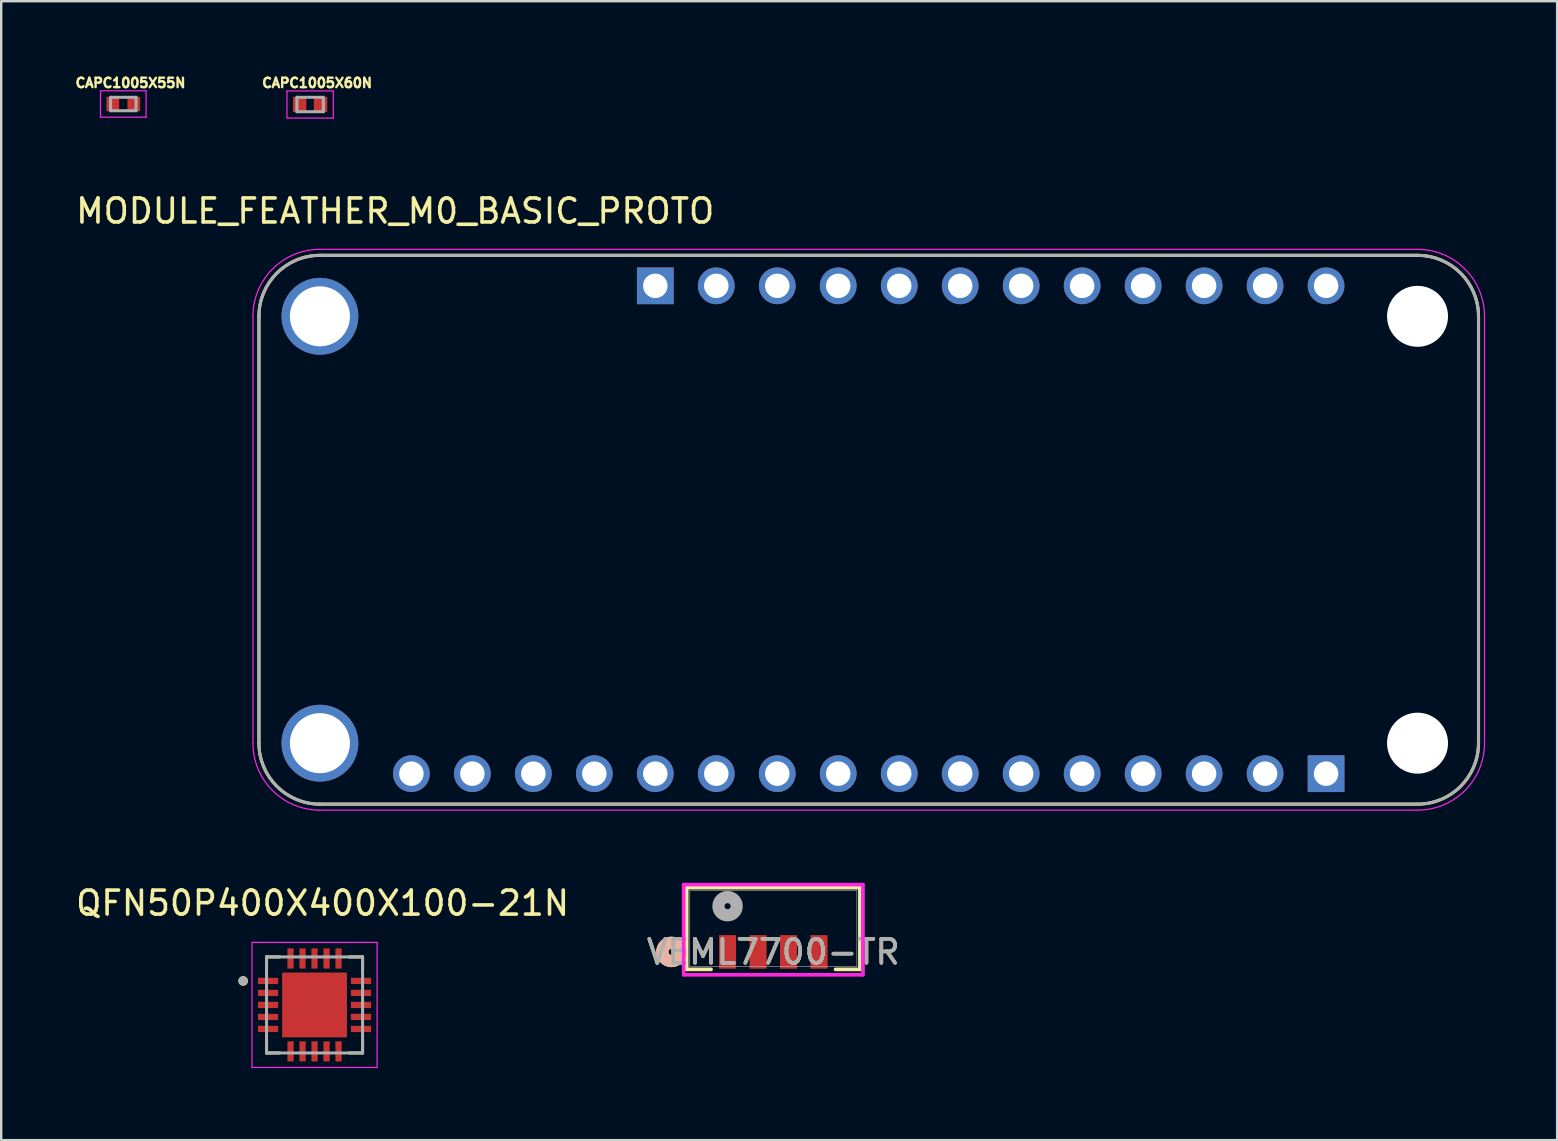
<source format=kicad_pcb>
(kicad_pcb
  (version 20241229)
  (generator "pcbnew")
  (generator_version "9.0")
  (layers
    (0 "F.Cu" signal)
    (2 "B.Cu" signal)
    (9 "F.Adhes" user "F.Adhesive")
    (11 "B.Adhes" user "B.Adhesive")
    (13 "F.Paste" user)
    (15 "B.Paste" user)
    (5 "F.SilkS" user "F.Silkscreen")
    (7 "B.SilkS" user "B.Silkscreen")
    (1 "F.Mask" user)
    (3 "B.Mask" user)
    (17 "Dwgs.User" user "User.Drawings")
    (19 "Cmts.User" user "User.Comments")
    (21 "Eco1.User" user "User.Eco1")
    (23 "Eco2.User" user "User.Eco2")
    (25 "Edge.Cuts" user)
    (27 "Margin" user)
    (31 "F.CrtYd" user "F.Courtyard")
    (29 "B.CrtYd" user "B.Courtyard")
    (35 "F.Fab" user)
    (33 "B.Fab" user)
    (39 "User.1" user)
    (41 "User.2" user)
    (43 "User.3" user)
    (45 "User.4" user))
  (footprint "QFN50P400X400X100-21N"
    (layer "F.Cu")
    (at 10.052 38.81)
    (property "Reference" "QFN50P400X400X100-21N" (at 0.335 -4.24 0) (layer "F.SilkS") (effects (font (size 1 1) (thickness 0.15))))
    (attr smd)
    (fp_line (start -2 -2) (end -2 -1.45) (stroke (width 0.127) (type solid)) (layer "F.SilkS"))
    (fp_line (start -2 -2) (end -1.45 -2) (stroke (width 0.127) (type solid)) (layer "F.SilkS"))
    (fp_line (start -2 2) (end -2 1.45) (stroke (width 0.127) (type solid)) (layer "F.SilkS"))
    (fp_line (start -2 2) (end -1.45 2) (stroke (width 0.127) (type solid)) (layer "F.SilkS"))
    (fp_line (start 2 -2) (end 1.45 -2) (stroke (width 0.127) (type solid)) (layer "F.SilkS"))
    (fp_line (start 2 -2) (end 2 -1.45) (stroke (width 0.127) (type solid)) (layer "F.SilkS"))
    (fp_line (start 2 2) (end 1.45 2) (stroke (width 0.127) (type solid)) (layer "F.SilkS"))
    (fp_line (start 2 2) (end 2 1.45) (stroke (width 0.127) (type solid)) (layer "F.SilkS"))
    (fp_circle (center -2.975 -1) (end -2.875 -1) (stroke (width 0.2) (type solid)) (fill no) (layer "F.SilkS"))
    (fp_poly (pts (xy -0.85 -0.85) (xy 0.85 -0.85) (xy 0.85 0.85) (xy -0.85 0.85)) (stroke (width 0.01) (type solid)) (fill yes) (layer "F.Paste"))
    (fp_line (start -2.605 -2.605) (end 2.605 -2.605) (stroke (width 0.05) (type solid)) (layer "F.CrtYd"))
    (fp_line (start -2.605 2.605) (end -2.605 -2.605) (stroke (width 0.05) (type solid)) (layer "F.CrtYd"))
    (fp_line (start -2.605 2.605) (end 2.605 2.605) (stroke (width 0.05) (type solid)) (layer "F.CrtYd"))
    (fp_line (start 2.605 2.605) (end 2.605 -2.605) (stroke (width 0.05) (type solid)) (layer "F.CrtYd"))
    (fp_line (start -2 2) (end -2 -2) (stroke (width 0.127) (type solid)) (layer "F.Fab"))
    (fp_line (start 2 -2) (end -2 -2) (stroke (width 0.127) (type solid)) (layer "F.Fab"))
    (fp_line (start 2 2) (end -2 2) (stroke (width 0.127) (type solid)) (layer "F.Fab"))
    (fp_line (start 2 2) (end 2 -2) (stroke (width 0.127) (type solid)) (layer "F.Fab"))
    (fp_circle (center -2.975 -1) (end -2.875 -1) (stroke (width 0.2) (type solid)) (fill no) (layer "F.Fab"))
    (pad "1" smd roundrect (at -1.935 -1) (size 0.84 0.26) (layers "F.Cu" "F.Mask" "F.Paste") (roundrect_rratio 0.03))
    (pad "2" smd roundrect (at -1.935 -0.5) (size 0.84 0.26) (layers "F.Cu" "F.Mask" "F.Paste") (roundrect_rratio 0.03))
    (pad "3" smd roundrect (at -1.935 0) (size 0.84 0.26) (layers "F.Cu" "F.Mask" "F.Paste") (roundrect_rratio 0.03))
    (pad "4" smd roundrect (at -1.935 0.5) (size 0.84 0.26) (layers "F.Cu" "F.Mask" "F.Paste") (roundrect_rratio 0.03))
    (pad "5" smd roundrect (at -1.935 1) (size 0.84 0.26) (layers "F.Cu" "F.Mask" "F.Paste") (roundrect_rratio 0.03))
    (pad "6" smd roundrect (at -1 1.935 90) (size 0.84 0.26) (layers "F.Cu" "F.Mask" "F.Paste") (roundrect_rratio 0.03))
    (pad "7" smd roundrect (at -0.5 1.935 90) (size 0.84 0.26) (layers "F.Cu" "F.Mask" "F.Paste") (roundrect_rratio 0.03))
    (pad "8" smd roundrect (at 0 1.935 90) (size 0.84 0.26) (layers "F.Cu" "F.Mask" "F.Paste") (roundrect_rratio 0.03))
    (pad "9" smd roundrect (at 0.5 1.935 90) (size 0.84 0.26) (layers "F.Cu" "F.Mask" "F.Paste") (roundrect_rratio 0.03))
    (pad "10" smd roundrect (at 1 1.935 90) (size 0.84 0.26) (layers "F.Cu" "F.Mask" "F.Paste") (roundrect_rratio 0.03))
    (pad "11" smd roundrect (at 1.935 1) (size 0.84 0.26) (layers "F.Cu" "F.Mask" "F.Paste") (roundrect_rratio 0.03))
    (pad "12" smd roundrect (at 1.935 0.5) (size 0.84 0.26) (layers "F.Cu" "F.Mask" "F.Paste") (roundrect_rratio 0.03))
    (pad "13" smd roundrect (at 1.935 0) (size 0.84 0.26) (layers "F.Cu" "F.Mask" "F.Paste") (roundrect_rratio 0.03))
    (pad "14" smd roundrect (at 1.935 -0.5) (size 0.84 0.26) (layers "F.Cu" "F.Mask" "F.Paste") (roundrect_rratio 0.03))
    (pad "15" smd roundrect (at 1.935 -1) (size 0.84 0.26) (layers "F.Cu" "F.Mask" "F.Paste") (roundrect_rratio 0.03))
    (pad "16" smd roundrect (at 1 -1.935 90) (size 0.84 0.26) (layers "F.Cu" "F.Mask" "F.Paste") (roundrect_rratio 0.03))
    (pad "17" smd roundrect (at 0.5 -1.935 90) (size 0.84 0.26) (layers "F.Cu" "F.Mask" "F.Paste") (roundrect_rratio 0.03))
    (pad "18" smd roundrect (at 0 -1.935 90) (size 0.84 0.26) (layers "F.Cu" "F.Mask" "F.Paste") (roundrect_rratio 0.03))
    (pad "19" smd roundrect (at -0.5 -1.935 90) (size 0.84 0.26) (layers "F.Cu" "F.Mask" "F.Paste") (roundrect_rratio 0.03))
    (pad "20" smd roundrect (at -1 -1.935 90) (size 0.84 0.26) (layers "F.Cu" "F.Mask" "F.Paste") (roundrect_rratio 0.03))
    (pad "21" smd rect (at 0 0) (size 2.7 2.7) (layers "F.Cu" "F.Mask")))
  (footprint "CAPC1005X60N"
    (layer "F.Cu")
    (at 9.868 1.303)
    (property "Reference" "CAPC1005X60N" (at 0.29 -0.9 0) (layer "F.SilkS") (effects (font (size 0.394 0.394) (thickness 0.15))))
    (attr smd)
    (fp_line (start -0.965 -0.565) (end 0.965 -0.565) (stroke (width 0.05) (type solid)) (layer "F.CrtYd"))
    (fp_line (start -0.965 0.565) (end -0.965 -0.565) (stroke (width 0.05) (type solid)) (layer "F.CrtYd"))
    (fp_line (start -0.965 0.565) (end 0.965 0.565) (stroke (width 0.05) (type solid)) (layer "F.CrtYd"))
    (fp_line (start 0.965 0.565) (end 0.965 -0.565) (stroke (width 0.05) (type solid)) (layer "F.CrtYd"))
    (fp_line (start -0.55 0.3) (end -0.55 -0.3) (stroke (width 0.127) (type solid)) (layer "F.Fab"))
    (fp_line (start 0.55 -0.3) (end -0.55 -0.3) (stroke (width 0.127) (type solid)) (layer "F.Fab"))
    (fp_line (start 0.55 0.3) (end -0.55 0.3) (stroke (width 0.127) (type solid)) (layer "F.Fab"))
    (fp_line (start 0.55 0.3) (end 0.55 -0.3) (stroke (width 0.127) (type solid)) (layer "F.Fab"))
    (pad "1" smd rect (at -0.435 0) (size 0.56 0.63) (layers "F.Cu" "F.Mask" "F.Paste"))
    (pad "2" smd rect (at 0.435 0) (size 0.56 0.63) (layers "F.Cu" "F.Mask" "F.Paste")))
  (footprint "CAPC1005X55N"
    (layer "F.Cu")
    (at 2.086 1.283)
    (property "Reference" "CAPC1005X55N" (at 0.3 -0.88 0) (layer "F.SilkS") (effects (font (size 0.394 0.394) (thickness 0.15))))
    (attr smd)
    (fp_line (start -0.95 -0.55) (end 0.95 -0.55) (stroke (width 0.05) (type solid)) (layer "F.CrtYd"))
    (fp_line (start -0.95 0.55) (end -0.95 -0.55) (stroke (width 0.05) (type solid)) (layer "F.CrtYd"))
    (fp_line (start -0.95 0.55) (end 0.95 0.55) (stroke (width 0.05) (type solid)) (layer "F.CrtYd"))
    (fp_line (start 0.95 0.55) (end 0.95 -0.55) (stroke (width 0.05) (type solid)) (layer "F.CrtYd"))
    (fp_line (start -0.53 0.28) (end -0.53 -0.28) (stroke (width 0.127) (type solid)) (layer "F.Fab"))
    (fp_line (start 0.53 -0.28) (end -0.53 -0.28) (stroke (width 0.127) (type solid)) (layer "F.Fab"))
    (fp_line (start 0.53 0.28) (end -0.53 0.28) (stroke (width 0.127) (type solid)) (layer "F.Fab"))
    (fp_line (start 0.53 0.28) (end 0.53 -0.28) (stroke (width 0.127) (type solid)) (layer "F.Fab"))
    (pad "1" smd rect (at -0.437 0) (size 0.53 0.6) (layers "F.Cu" "F.Mask" "F.Paste"))
    (pad "2" smd rect (at 0.437 0) (size 0.53 0.6) (layers "F.Cu" "F.Mask" "F.Paste")))
  (footprint "VEML7700-TR"
    (layer "F.Cu")
    (at 29.161 35.626)
    (property "Reference" "VEML7700-TR" (at 0 0.975 0) (unlocked yes) (layer "F.SilkS") (effects (font (size 1 1) (thickness 0.15))))
    (attr smd)
    (fp_line (start -3.607 -1.702) (end -3.607 1.702) (stroke (width 0.152) (type solid)) (layer "F.SilkS"))
    (fp_line (start -3.607 1.702) (end -2.592 1.702) (stroke (width 0.152) (type solid)) (layer "F.SilkS"))
    (fp_line (start 2.592 1.702) (end 3.607 1.702) (stroke (width 0.152) (type solid)) (layer "F.SilkS"))
    (fp_line (start 3.607 -1.702) (end -3.607 -1.702) (stroke (width 0.152) (type solid)) (layer "F.SilkS"))
    (fp_line (start 3.607 1.702) (end 3.607 -1.702) (stroke (width 0.152) (type solid)) (layer "F.SilkS"))
    (fp_circle (center -4.242 0.975) (end -3.861 0.975) (stroke (width 0.508) (type solid)) (fill no) (layer "F.SilkS"))
    (fp_circle (center -4.242 0.975) (end -3.861 0.975) (stroke (width 0.508) (type solid)) (fill no) (layer "B.SilkS"))
    (fp_line (start -3.734 -1.829) (end -3.734 1.928) (stroke (width 0.152) (type solid)) (layer "F.CrtYd"))
    (fp_line (start -3.734 1.928) (end 3.734 1.928) (stroke (width 0.152) (type solid)) (layer "F.CrtYd"))
    (fp_line (start 3.734 -1.829) (end -3.734 -1.829) (stroke (width 0.152) (type solid)) (layer "F.CrtYd"))
    (fp_line (start 3.734 1.928) (end 3.734 -1.829) (stroke (width 0.152) (type solid)) (layer "F.CrtYd"))
    (fp_line (start -3.48 -1.575) (end -3.48 1.575) (stroke (width 0.025) (type solid)) (layer "F.Fab"))
    (fp_line (start -3.48 1.575) (end 3.48 1.575) (stroke (width 0.025) (type solid)) (layer "F.Fab"))
    (fp_line (start 3.48 -1.575) (end -3.48 -1.575) (stroke (width 0.025) (type solid)) (layer "F.Fab"))
    (fp_line (start 3.48 1.575) (end 3.48 -1.575) (stroke (width 0.025) (type solid)) (layer "F.Fab"))
    (fp_circle (center -1.905 -0.93) (end -1.524 -0.93) (stroke (width 0.508) (type solid)) (fill no) (layer "F.Fab"))
    (fp_text user "${REFERENCE}" (at 0 0.975 0) (unlocked yes) (layer "F.Fab") (effects (font (size 1 1) (thickness 0.15))))
    (pad "1" smd rect (at -1.905 0.975) (size 0.711 1.397) (layers "F.Cu" "F.Mask" "F.Paste"))
    (pad "2" smd rect (at -0.635 0.975) (size 0.711 1.397) (layers "F.Cu" "F.Mask" "F.Paste"))
    (pad "3" smd rect (at 0.635 0.975) (size 0.711 1.397) (layers "F.Cu" "F.Mask" "F.Paste"))
    (pad "4" smd rect (at 1.905 0.975) (size 0.711 1.397) (layers "F.Cu" "F.Mask" "F.Paste")))
  (footprint "MODULE_FEATHER_M0_BASIC_PROTO"
    (layer "F.Cu")
    (at 33.136 19.016)
    (property "Reference" "MODULE_FEATHER_M0_BASIC_PROTO" (at -19.725 -13.275 0) (layer "F.SilkS") (effects (font (size 1 1) (thickness 0.15))))
    (attr through_hole)
    (fp_line (start -25.4 8.89) (end -25.4 -8.89) (stroke (width 0.127) (type solid)) (layer "F.SilkS"))
    (fp_line (start -22.86 -11.43) (end 22.86 -11.43) (stroke (width 0.127) (type solid)) (layer "F.SilkS"))
    (fp_line (start 22.86 11.43) (end -22.86 11.43) (stroke (width 0.127) (type solid)) (layer "F.SilkS"))
    (fp_line (start 25.4 -8.89) (end 25.4 8.89) (stroke (width 0.127) (type solid)) (layer "F.SilkS"))
    (fp_arc (start -25.4 -8.89) (mid -24.656051 -10.686051) (end -22.86 -11.43) (stroke (width 0.127) (type solid)) (layer "F.SilkS"))
    (fp_arc (start -22.86 11.43) (mid -24.656051 10.686051) (end -25.4 8.89) (stroke (width 0.127) (type solid)) (layer "F.SilkS"))
    (fp_arc (start 22.86 -11.43) (mid 24.656051 -10.686051) (end 25.4 -8.89) (stroke (width 0.127) (type solid)) (layer "F.SilkS"))
    (fp_arc (start 25.4 8.89) (mid 24.656051 10.686051) (end 22.86 11.43) (stroke (width 0.127) (type solid)) (layer "F.SilkS"))
    (fp_line (start -25.65 -8.89) (end -25.65 8.89) (stroke (width 0.05) (type solid)) (layer "F.CrtYd"))
    (fp_line (start -22.86 11.68) (end 22.86 11.68) (stroke (width 0.05) (type solid)) (layer "F.CrtYd"))
    (fp_line (start 22.86 -11.68) (end -22.86 -11.68) (stroke (width 0.05) (type solid)) (layer "F.CrtYd"))
    (fp_line (start 25.65 8.89) (end 25.65 -8.89) (stroke (width 0.05) (type solid)) (layer "F.CrtYd"))
    (fp_arc (start -25.65 -8.89) (mid -24.832828 -10.862828) (end -22.86 -11.68) (stroke (width 0.05) (type solid)) (layer "F.CrtYd"))
    (fp_arc (start -22.86 11.68) (mid -24.832828 10.862828) (end -25.65 8.89) (stroke (width 0.05) (type solid)) (layer "F.CrtYd"))
    (fp_arc (start 22.86 -11.68) (mid 24.832828 -10.862828) (end 25.65 -8.89) (stroke (width 0.05) (type solid)) (layer "F.CrtYd"))
    (fp_arc (start 25.65 8.89) (mid 24.832828 10.862828) (end 22.86 11.68) (stroke (width 0.05) (type solid)) (layer "F.CrtYd"))
    (fp_line (start -25.4 8.89) (end -25.4 -8.89) (stroke (width 0.127) (type solid)) (layer "F.Fab"))
    (fp_line (start -22.86 -11.43) (end 22.86 -11.43) (stroke (width 0.127) (type solid)) (layer "F.Fab"))
    (fp_line (start 22.86 11.43) (end -22.86 11.43) (stroke (width 0.127) (type solid)) (layer "F.Fab"))
    (fp_line (start 25.4 -8.89) (end 25.4 8.89) (stroke (width 0.127) (type solid)) (layer "F.Fab"))
    (fp_arc (start -25.4 -8.89) (mid -24.656051 -10.686051) (end -22.86 -11.43) (stroke (width 0.127) (type solid)) (layer "F.Fab"))
    (fp_arc (start -22.86 11.43) (mid -24.656051 10.686051) (end -25.4 8.89) (stroke (width 0.127) (type solid)) (layer "F.Fab"))
    (fp_arc (start 22.86 -11.43) (mid 24.656051 -10.686051) (end 25.4 -8.89) (stroke (width 0.127) (type solid)) (layer "F.Fab"))
    (fp_arc (start 25.4 8.89) (mid 24.656051 10.686051) (end 22.86 11.43) (stroke (width 0.127) (type solid)) (layer "F.Fab"))
    (pad "" np_thru_hole circle (at 22.86 -8.89) (size 2.54 2.54) (drill 2.54) (layers "*.Cu" "*.Mask"))
    (pad "" np_thru_hole circle (at 22.86 8.89) (size 2.54 2.54) (drill 2.54) (layers "*.Cu" "*.Mask"))
    (pad "P$1" thru_hole circle (at -22.86 -8.89) (size 3.2 3.2) (drill 2.5) (layers "*.Cu" "*.Mask"))
    (pad "P$2" thru_hole circle (at -22.86 8.89) (size 3.2 3.2) (drill 2.5) (layers "*.Cu" "*.Mask"))
    (pad "P1_1" thru_hole rect (at 19.05 10.16) (size 1.53 1.53) (drill 1.02) (layers "*.Cu" "*.Mask"))
    (pad "P1_2" thru_hole circle (at 16.51 10.16) (size 1.53 1.53) (drill 1.02) (layers "*.Cu" "*.Mask"))
    (pad "P1_3" thru_hole circle (at 13.97 10.16) (size 1.53 1.53) (drill 1.02) (layers "*.Cu" "*.Mask"))
    (pad "P1_4" thru_hole circle (at 11.43 10.16) (size 1.53 1.53) (drill 1.02) (layers "*.Cu" "*.Mask"))
    (pad "P1_5" thru_hole circle (at 8.89 10.16) (size 1.53 1.53) (drill 1.02) (layers "*.Cu" "*.Mask"))
    (pad "P1_6" thru_hole circle (at 6.35 10.16) (size 1.53 1.53) (drill 1.02) (layers "*.Cu" "*.Mask"))
    (pad "P1_7" thru_hole circle (at 3.81 10.16) (size 1.53 1.53) (drill 1.02) (layers "*.Cu" "*.Mask"))
    (pad "P1_8" thru_hole circle (at 1.27 10.16) (size 1.53 1.53) (drill 1.02) (layers "*.Cu" "*.Mask"))
    (pad "P1_9" thru_hole circle (at -1.27 10.16) (size 1.53 1.53) (drill 1.02) (layers "*.Cu" "*.Mask"))
    (pad "P1_10" thru_hole circle (at -3.81 10.16) (size 1.53 1.53) (drill 1.02) (layers "*.Cu" "*.Mask"))
    (pad "P1_11" thru_hole circle (at -6.35 10.16) (size 1.53 1.53) (drill 1.02) (layers "*.Cu" "*.Mask"))
    (pad "P1_12" thru_hole circle (at -8.89 10.16) (size 1.53 1.53) (drill 1.02) (layers "*.Cu" "*.Mask"))
    (pad "P1_13" thru_hole circle (at -11.43 10.16) (size 1.53 1.53) (drill 1.02) (layers "*.Cu" "*.Mask"))
    (pad "P1_14" thru_hole circle (at -13.97 10.16) (size 1.53 1.53) (drill 1.02) (layers "*.Cu" "*.Mask"))
    (pad "P1_15" thru_hole circle (at -16.51 10.16) (size 1.53 1.53) (drill 1.02) (layers "*.Cu" "*.Mask"))
    (pad "P1_16" thru_hole circle (at -19.05 10.16) (size 1.53 1.53) (drill 1.02) (layers "*.Cu" "*.Mask"))
    (pad "P2_1" thru_hole rect (at -8.89 -10.16) (size 1.53 1.53) (drill 1.02) (layers "*.Cu" "*.Mask"))
    (pad "P2_2" thru_hole circle (at -6.35 -10.16) (size 1.53 1.53) (drill 1.02) (layers "*.Cu" "*.Mask"))
    (pad "P2_3" thru_hole circle (at -3.81 -10.16) (size 1.53 1.53) (drill 1.02) (layers "*.Cu" "*.Mask"))
    (pad "P2_4" thru_hole circle (at -1.27 -10.16) (size 1.53 1.53) (drill 1.02) (layers "*.Cu" "*.Mask"))
    (pad "P2_5" thru_hole circle (at 1.27 -10.16) (size 1.53 1.53) (drill 1.02) (layers "*.Cu" "*.Mask"))
    (pad "P2_6" thru_hole circle (at 3.81 -10.16) (size 1.53 1.53) (drill 1.02) (layers "*.Cu" "*.Mask"))
    (pad "P2_7" thru_hole circle (at 6.35 -10.16) (size 1.53 1.53) (drill 1.02) (layers "*.Cu" "*.Mask"))
    (pad "P2_8" thru_hole circle (at 8.89 -10.16) (size 1.53 1.53) (drill 1.02) (layers "*.Cu" "*.Mask"))
    (pad "P2_9" thru_hole circle (at 11.43 -10.16) (size 1.53 1.53) (drill 1.02) (layers "*.Cu" "*.Mask"))
    (pad "P2_10" thru_hole circle (at 13.97 -10.16) (size 1.53 1.53) (drill 1.02) (layers "*.Cu" "*.Mask"))
    (pad "P2_11" thru_hole circle (at 16.51 -10.16) (size 1.53 1.53) (drill 1.02) (layers "*.Cu" "*.Mask"))
    (pad "P2_12" thru_hole circle (at 19.05 -10.16) (size 1.53 1.53) (drill 1.02) (layers "*.Cu" "*.Mask")))
  (gr_rect
    (start -3 -3)
    (end 61.811 44.44)
    (stroke (width 0.1) (type default))
    (fill no)
    (layer "Edge.Cuts")))
</source>
